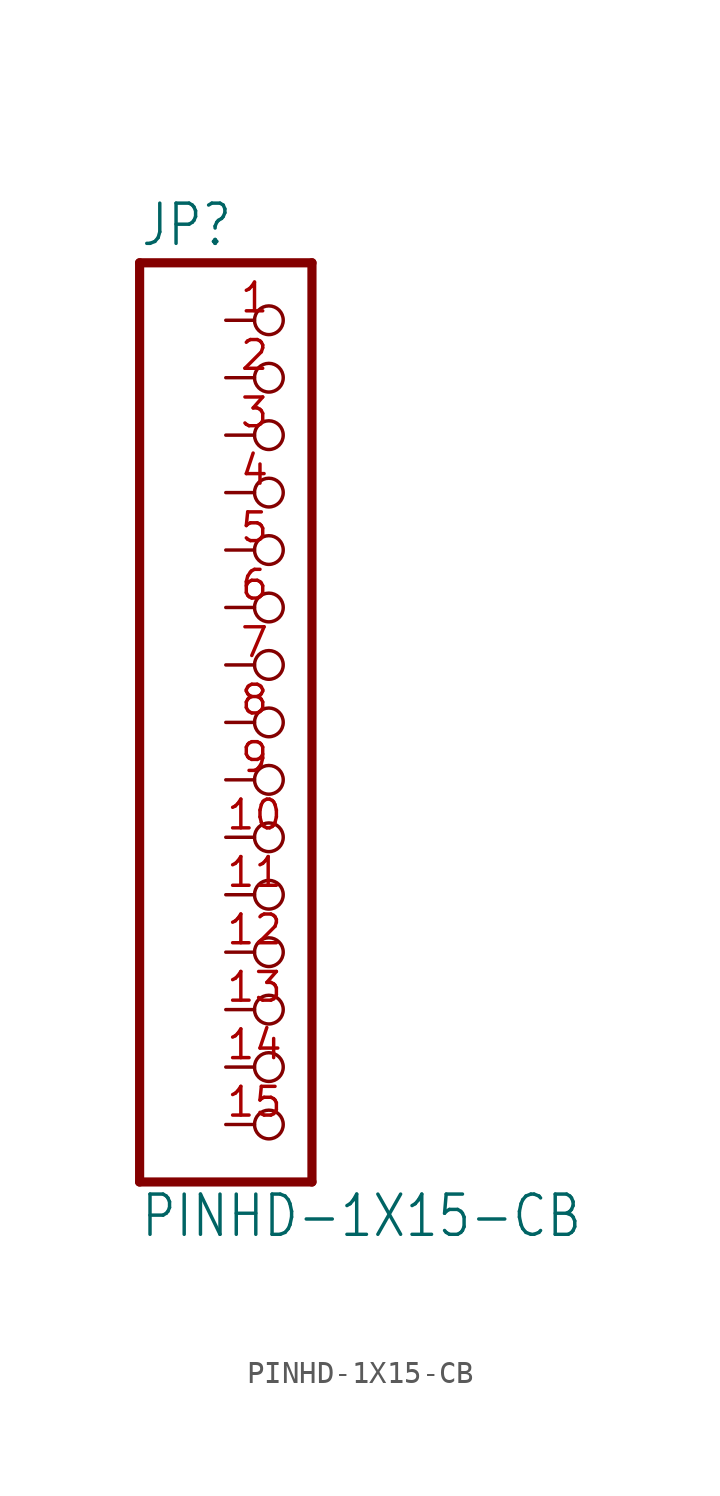
<source format=kicad_sym>
(kicad_symbol_lib
  (version 20211014)
  (generator kicad_symbol_editor)
  (symbol "PINHD-1X15-CB"
    (property "Reference" "JP"
      (at -6.35 20.955 0)
      (effects (font (size 1.778 1.511)) (justify left bottom)))
    (property "Value" "PINHD-1X15-CB"
      (at -6.35 -22.86 0)
      (effects (font (size 1.778 1.511)) (justify left bottom)))
    (property "ki_locked" ""
      (at 0 0 0)
      (effects (font (size 1.27 1.27))))
    (symbol "PINHD-1X15-CB_1_0"
      (polyline (pts (xy -6.35 -20.32) (xy 1.27 -20.32)) (stroke (width 0.406) (type default) (color 0 0 0 0)) (fill (type none)))
      (polyline (pts (xy -6.35 20.32) (xy -6.35 -20.32)) (stroke (width 0.406) (type default) (color 0 0 0 0)) (fill (type none)))
      (polyline (pts (xy 1.27 -20.32) (xy 1.27 20.32)) (stroke (width 0.406) (type default) (color 0 0 0 0)) (fill (type none)))
      (polyline (pts (xy 1.27 20.32) (xy -6.35 20.32)) (stroke (width 0.406) (type default) (color 0 0 0 0)) (fill (type none)))
      (pin passive inverted (at -2.54 17.78 0) (length 2.54) (name "1" (effects (font (size 0 0)))) (number "1" (effects (font (size 1.27 1.27)))))
      (pin passive inverted (at -2.54 -5.08 0) (length 2.54) (name "10" (effects (font (size 0 0)))) (number "10" (effects (font (size 1.27 1.27)))))
      (pin passive inverted (at -2.54 -7.62 0) (length 2.54) (name "11" (effects (font (size 0 0)))) (number "11" (effects (font (size 1.27 1.27)))))
      (pin passive inverted (at -2.54 -10.16 0) (length 2.54) (name "12" (effects (font (size 0 0)))) (number "12" (effects (font (size 1.27 1.27)))))
      (pin passive inverted (at -2.54 -12.7 0) (length 2.54) (name "13" (effects (font (size 0 0)))) (number "13" (effects (font (size 1.27 1.27)))))
      (pin passive inverted (at -2.54 -15.24 0) (length 2.54) (name "14" (effects (font (size 0 0)))) (number "14" (effects (font (size 1.27 1.27)))))
      (pin passive inverted (at -2.54 -17.78 0) (length 2.54) (name "15" (effects (font (size 0 0)))) (number "15" (effects (font (size 1.27 1.27)))))
      (pin passive inverted (at -2.54 15.24 0) (length 2.54) (name "2" (effects (font (size 0 0)))) (number "2" (effects (font (size 1.27 1.27)))))
      (pin passive inverted (at -2.54 12.7 0) (length 2.54) (name "3" (effects (font (size 0 0)))) (number "3" (effects (font (size 1.27 1.27)))))
      (pin passive inverted (at -2.54 10.16 0) (length 2.54) (name "4" (effects (font (size 0 0)))) (number "4" (effects (font (size 1.27 1.27)))))
      (pin passive inverted (at -2.54 7.62 0) (length 2.54) (name "5" (effects (font (size 0 0)))) (number "5" (effects (font (size 1.27 1.27)))))
      (pin passive inverted (at -2.54 5.08 0) (length 2.54) (name "6" (effects (font (size 0 0)))) (number "6" (effects (font (size 1.27 1.27)))))
      (pin passive inverted (at -2.54 2.54 0) (length 2.54) (name "7" (effects (font (size 0 0)))) (number "7" (effects (font (size 1.27 1.27)))))
      (pin passive inverted (at -2.54 0 0) (length 2.54) (name "8" (effects (font (size 0 0)))) (number "8" (effects (font (size 1.27 1.27)))))
      (pin passive inverted (at -2.54 -2.54 0) (length 2.54) (name "9" (effects (font (size 0 0)))) (number "9" (effects (font (size 1.27 1.27))))))))
</source>
